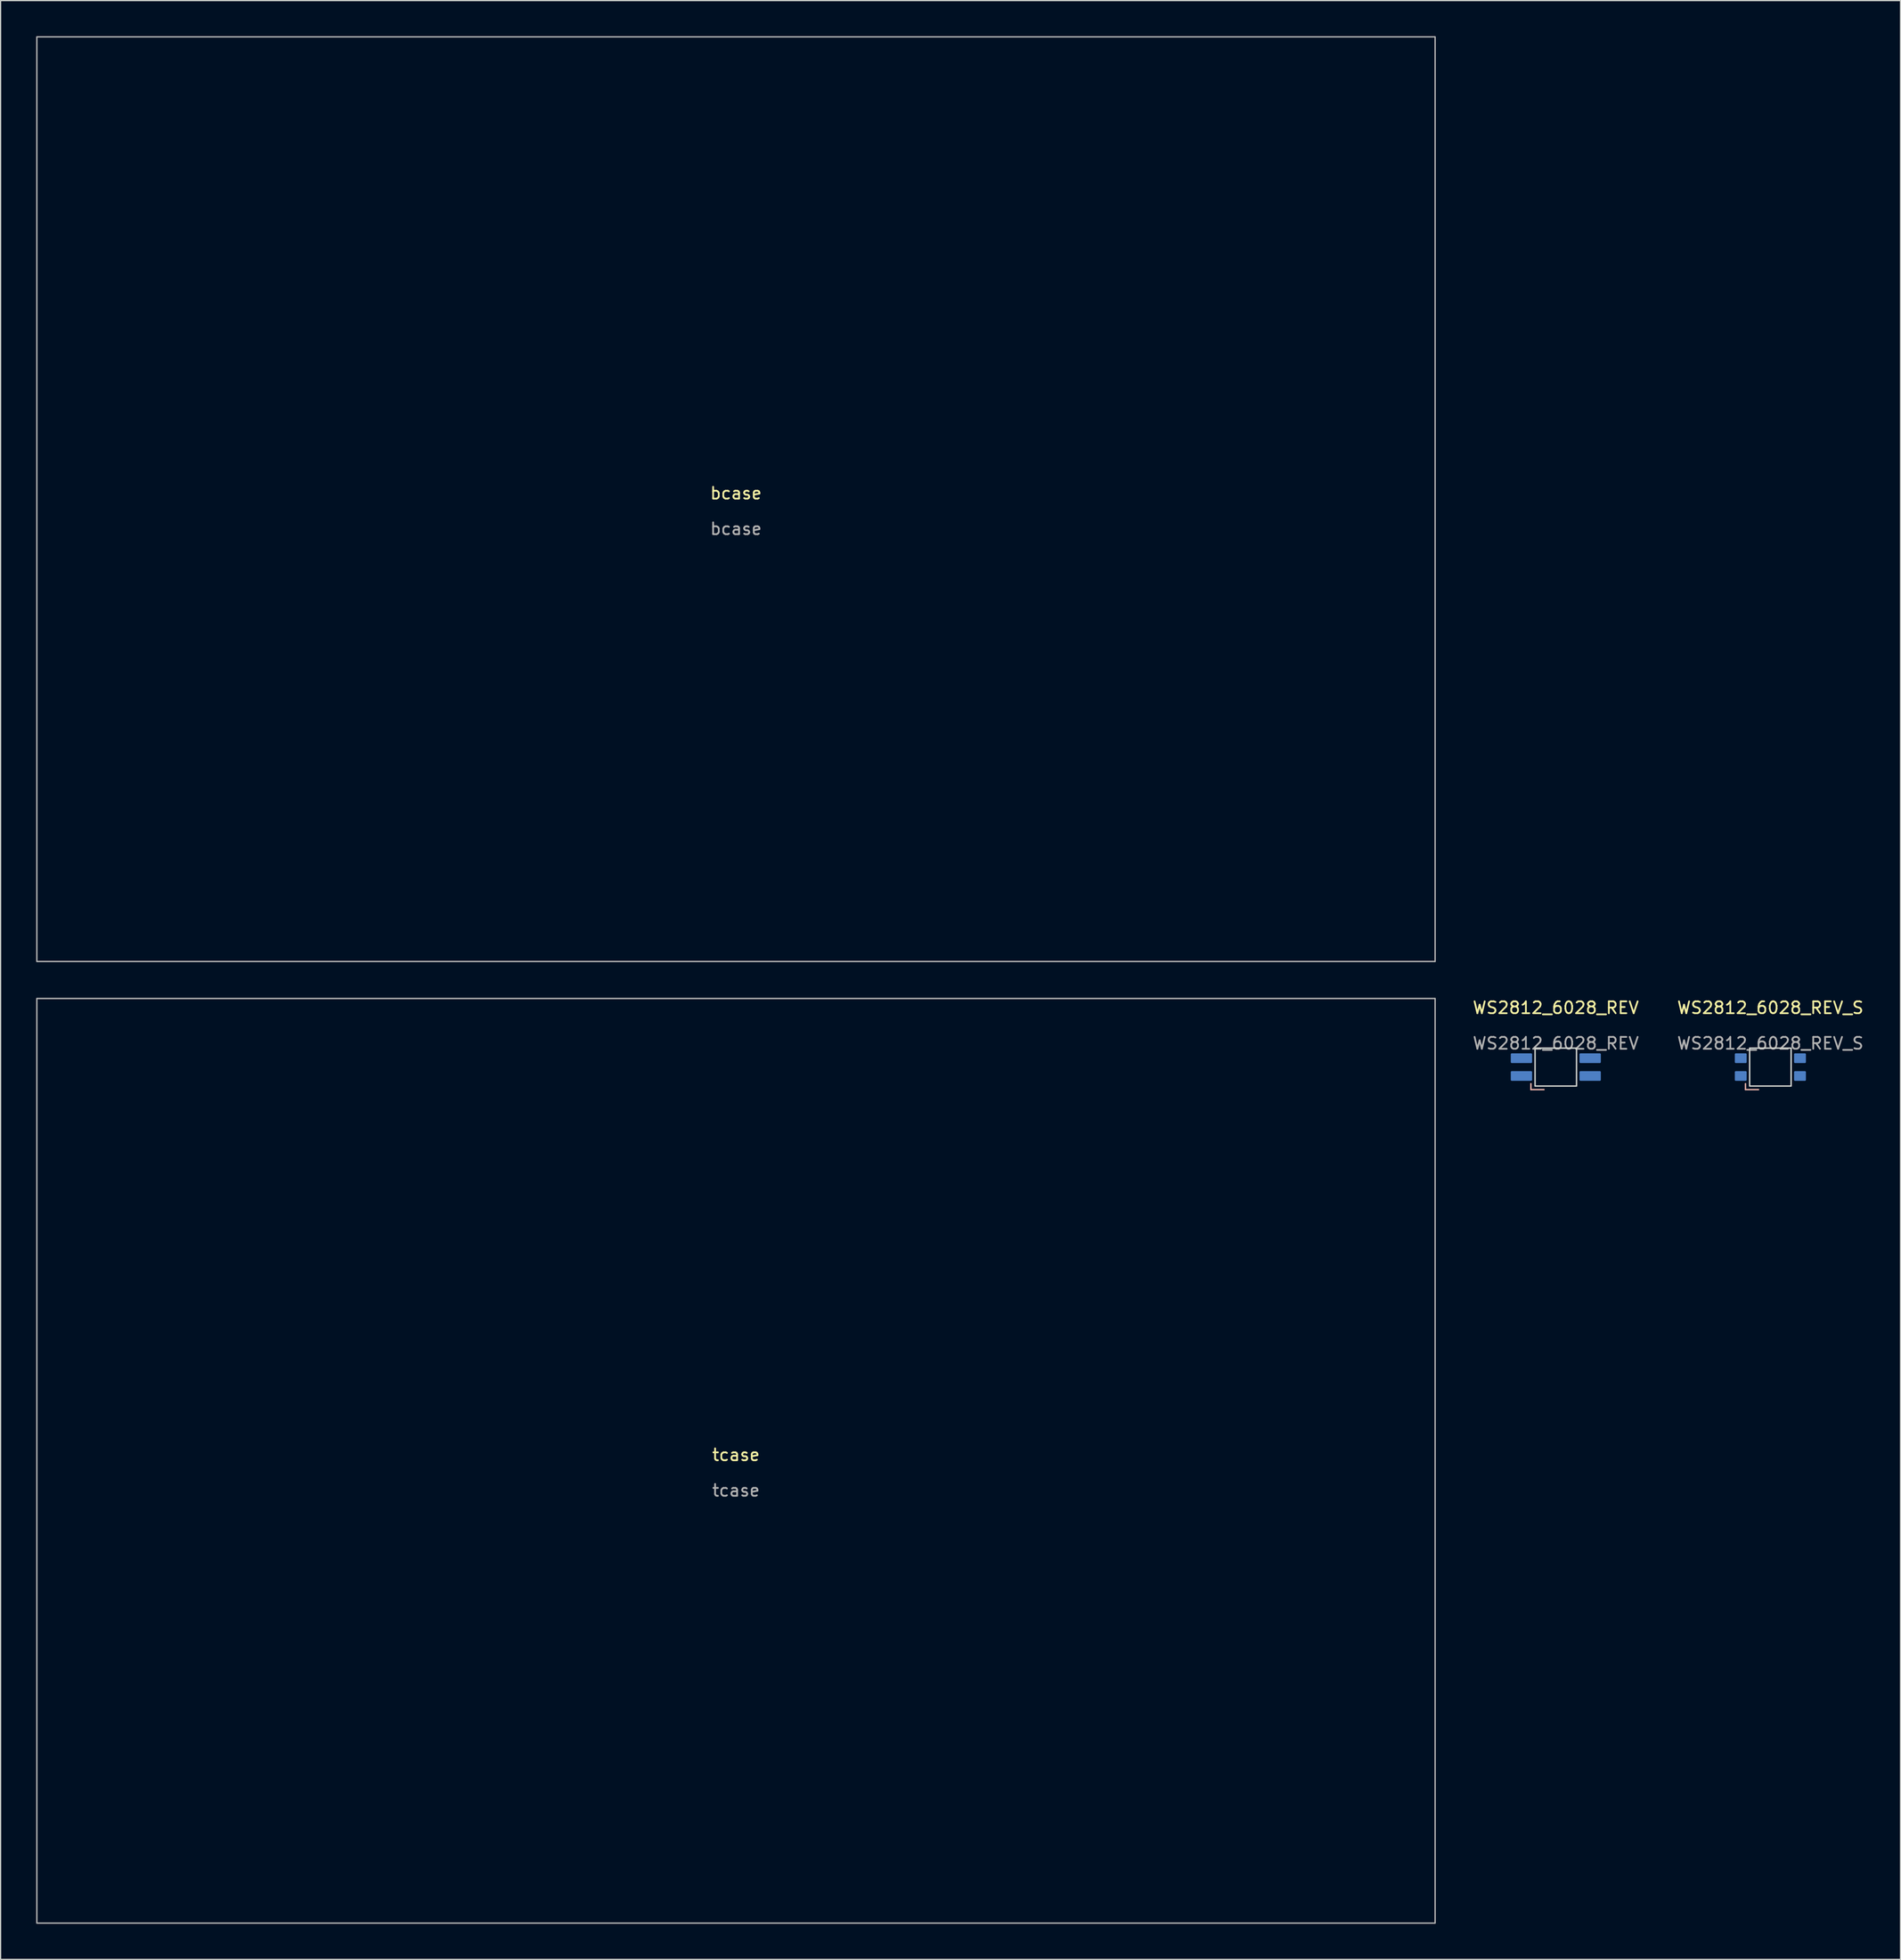
<source format=kicad_pcb>
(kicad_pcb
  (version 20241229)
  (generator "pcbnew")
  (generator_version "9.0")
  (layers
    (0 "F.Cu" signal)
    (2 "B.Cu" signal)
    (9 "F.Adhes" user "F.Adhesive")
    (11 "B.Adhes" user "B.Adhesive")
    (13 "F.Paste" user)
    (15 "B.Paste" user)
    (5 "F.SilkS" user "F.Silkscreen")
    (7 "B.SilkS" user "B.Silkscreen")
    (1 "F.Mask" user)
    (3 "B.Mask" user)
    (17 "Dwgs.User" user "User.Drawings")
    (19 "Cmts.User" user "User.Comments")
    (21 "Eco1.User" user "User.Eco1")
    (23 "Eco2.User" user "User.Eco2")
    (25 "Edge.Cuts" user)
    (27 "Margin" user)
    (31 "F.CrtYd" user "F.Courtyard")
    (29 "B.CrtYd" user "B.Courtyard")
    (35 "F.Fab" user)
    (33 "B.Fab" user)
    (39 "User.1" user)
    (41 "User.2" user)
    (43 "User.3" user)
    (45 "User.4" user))
  (footprint "tcase"
    (layer "F.Cu")
    (at 59.06 120.18)
    (property "Reference" "tcase" (at 0 -0.5 0) (unlocked yes) (layer "F.SilkS") (effects (font (size 1 1) (thickness 0.15))))
    (attr smd)
    (fp_rect (start -59 39) (end 59 -39) (stroke (width 0.12) (type default)) (fill no) (layer "F.Fab"))
    (fp_text user "${REFERENCE}" (at 0 2.5 0) (unlocked yes) (layer "F.Fab") (effects (font (size 1 1) (thickness 0.15)))))
  (footprint "bcase"
    (layer "F.Cu")
    (at 59.06 39.06)
    (property "Reference" "bcase" (at 0 -0.5 0) (unlocked yes) (layer "F.SilkS") (effects (font (size 1 1) (thickness 0.15))))
    (attr smd)
    (fp_rect (start -59 39) (end 59 -39) (stroke (width 0.12) (type default)) (fill no) (layer "F.Fab"))
    (fp_text user "${REFERENCE}" (at 0 2.5 0) (unlocked yes) (layer "F.Fab") (effects (font (size 1 1) (thickness 0.15)))))
  (footprint "WS2812_6028_REV_S"
    (layer "F.Cu")
    (at 146.352 86.968)
    (property "Reference" "WS2812_6028_REV_S" (at 0 -5 0) (unlocked yes) (layer "F.SilkS") (effects (font (size 1 1) (thickness 0.15))))
    (attr smd)
    (fp_line (start -2.1 1.9) (end -2.1 1.4) (stroke (width 0.12) (type default)) (layer "B.SilkS"))
    (fp_line (start -1 1.9) (end -2.1 1.9) (stroke (width 0.12) (type default)) (layer "B.SilkS"))
    (fp_rect (start -1.75 -1.6) (end 1.75 1.6) (stroke (width 0.12) (type default)) (fill no) (layer "Edge.Cuts"))
    (fp_text user "${REFERENCE}" (at 0 -2 0) (unlocked yes) (layer "F.Fab") (effects (font (size 1 1) (thickness 0.15))))
    (pad "1" smd roundrect (at 2.5 -0.75) (size 1 0.82) (layers "B.Cu" "B.Mask" "B.Paste") (roundrect_rratio 0.1))
    (pad "2" smd roundrect (at 2.5 0.75) (size 1 0.82) (layers "B.Cu" "B.Mask" "B.Paste") (roundrect_rratio 0.1))
    (pad "3" smd roundrect (at -2.5 0.75) (size 1 0.82) (layers "B.Cu" "B.Mask" "B.Paste") (roundrect_rratio 0.1))
    (pad "4" smd roundrect (at -2.5 -0.75) (size 1 0.82) (layers "B.Cu" "B.Mask" "B.Paste") (roundrect_rratio 0.1)))
  (footprint "WS2812_6028_REV"
    (layer "F.Cu")
    (at 128.245 86.968)
    (property "Reference" "WS2812_6028_REV" (at 0 -5 0) (unlocked yes) (layer "F.SilkS") (effects (font (size 1 1) (thickness 0.15))))
    (attr smd)
    (fp_line (start -2.1 1.9) (end -2.1 1.4) (stroke (width 0.12) (type default)) (layer "B.SilkS"))
    (fp_line (start -1 1.9) (end -2.1 1.9) (stroke (width 0.12) (type default)) (layer "B.SilkS"))
    (fp_rect (start -1.75 -1.6) (end 1.75 1.6) (stroke (width 0.12) (type default)) (fill no) (layer "Edge.Cuts"))
    (fp_text user "${REFERENCE}" (at 0 -2 0) (unlocked yes) (layer "F.Fab") (effects (font (size 1 1) (thickness 0.15))))
    (pad "1" smd roundrect (at 2.9 -0.75) (size 1.8 0.82) (layers "B.Cu" "B.Mask" "B.Paste") (roundrect_rratio 0.1))
    (pad "2" smd roundrect (at 2.9 0.75) (size 1.8 0.82) (layers "B.Cu" "B.Mask" "B.Paste") (roundrect_rratio 0.1))
    (pad "3" smd roundrect (at -2.9 0.75) (size 1.8 0.82) (layers "B.Cu" "B.Mask" "B.Paste") (roundrect_rratio 0.1))
    (pad "4" smd roundrect (at -2.9 -0.75) (size 1.8 0.82) (layers "B.Cu" "B.Mask" "B.Paste") (roundrect_rratio 0.1)))
  (gr_rect
    (start -3 -3)
    (end 157.334 162.24)
    (stroke (width 0.1) (type default))
    (fill no)
    (layer "Edge.Cuts")))
</source>
